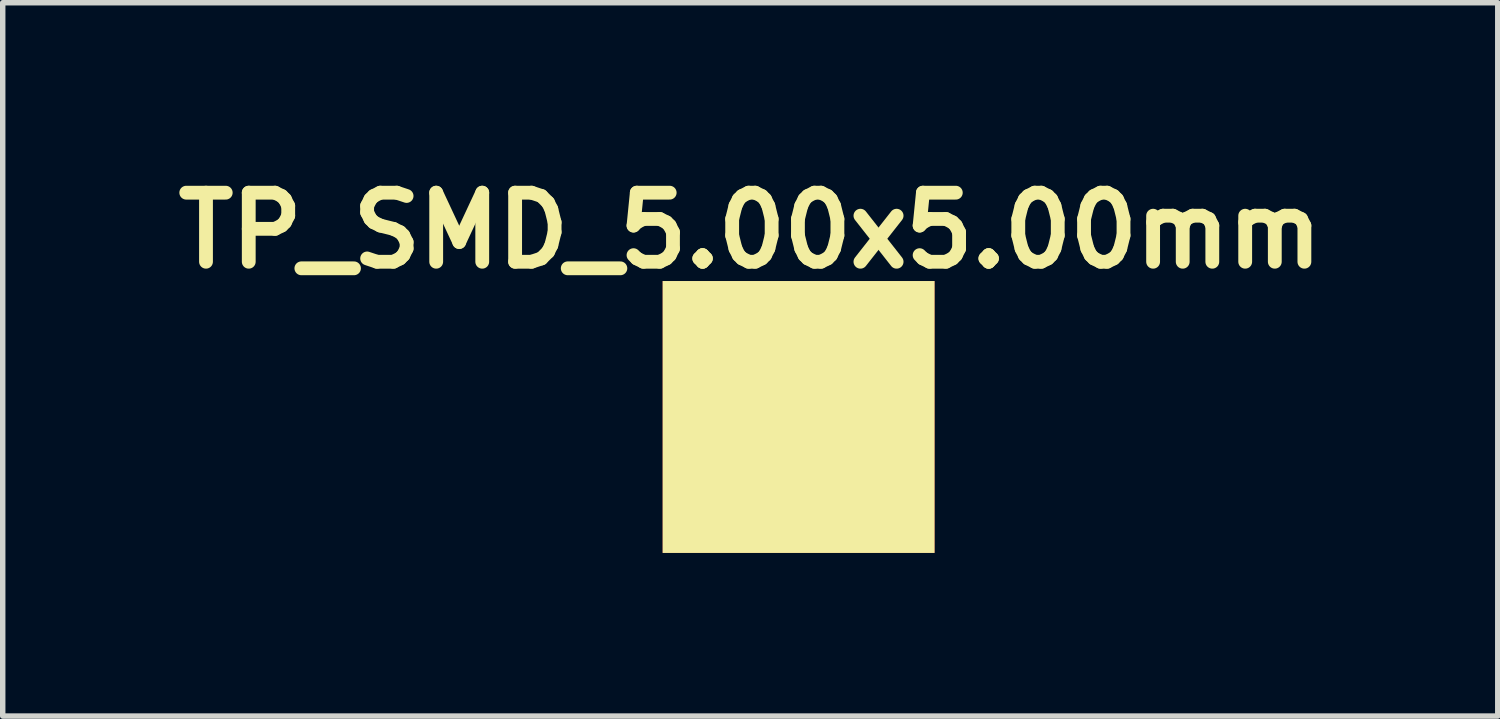
<source format=kicad_pcb>
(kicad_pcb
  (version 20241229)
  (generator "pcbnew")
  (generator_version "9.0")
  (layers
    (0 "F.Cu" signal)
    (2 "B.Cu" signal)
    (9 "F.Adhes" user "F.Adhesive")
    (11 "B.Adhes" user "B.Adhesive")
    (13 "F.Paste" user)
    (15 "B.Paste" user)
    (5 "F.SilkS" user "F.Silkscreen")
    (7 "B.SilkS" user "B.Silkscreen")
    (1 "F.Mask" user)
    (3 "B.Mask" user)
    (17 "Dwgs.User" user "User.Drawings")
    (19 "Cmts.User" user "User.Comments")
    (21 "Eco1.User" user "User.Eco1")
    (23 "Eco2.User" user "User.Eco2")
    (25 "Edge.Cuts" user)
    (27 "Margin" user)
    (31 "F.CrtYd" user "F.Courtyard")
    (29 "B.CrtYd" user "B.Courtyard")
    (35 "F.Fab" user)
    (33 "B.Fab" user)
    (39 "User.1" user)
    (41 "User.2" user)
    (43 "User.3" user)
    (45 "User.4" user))
  (footprint "TP_SMD_5.00x5.00mm"
    (layer "F.Cu")
    (at 11.636 4.618)
    (property "Reference" "TP_SMD_5.00x5.00mm" (at -0.889 -3.429 0) (layer "F.SilkS") (effects (font (size 1.27 1.27) (thickness 0.254))))
    (attr exclude_from_pos_files exclude_from_bom)
    (pad "1" smd rect (at 0 0) (size 5 5) (layers "F.Cu" "F.Mask" "F.SilkS")))
  (gr_rect
    (start -3 -3)
    (end 24.493 10.118)
    (stroke (width 0.1) (type default))
    (fill no)
    (layer "Edge.Cuts")))
</source>
